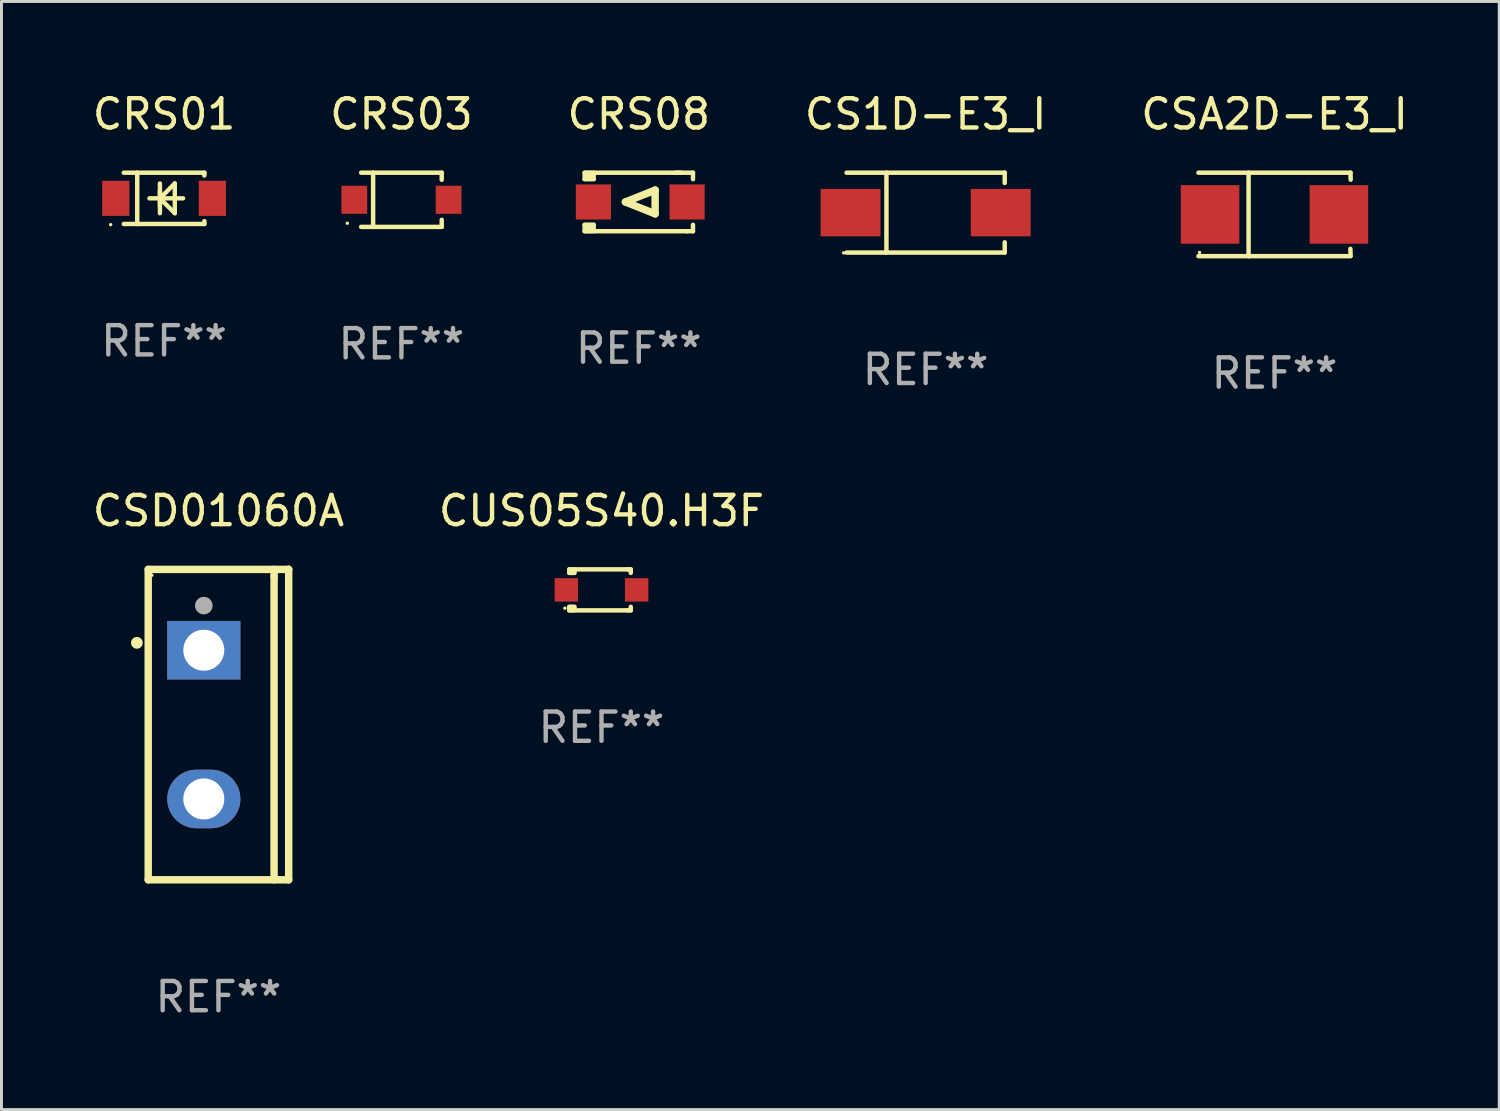
<source format=kicad_pcb>
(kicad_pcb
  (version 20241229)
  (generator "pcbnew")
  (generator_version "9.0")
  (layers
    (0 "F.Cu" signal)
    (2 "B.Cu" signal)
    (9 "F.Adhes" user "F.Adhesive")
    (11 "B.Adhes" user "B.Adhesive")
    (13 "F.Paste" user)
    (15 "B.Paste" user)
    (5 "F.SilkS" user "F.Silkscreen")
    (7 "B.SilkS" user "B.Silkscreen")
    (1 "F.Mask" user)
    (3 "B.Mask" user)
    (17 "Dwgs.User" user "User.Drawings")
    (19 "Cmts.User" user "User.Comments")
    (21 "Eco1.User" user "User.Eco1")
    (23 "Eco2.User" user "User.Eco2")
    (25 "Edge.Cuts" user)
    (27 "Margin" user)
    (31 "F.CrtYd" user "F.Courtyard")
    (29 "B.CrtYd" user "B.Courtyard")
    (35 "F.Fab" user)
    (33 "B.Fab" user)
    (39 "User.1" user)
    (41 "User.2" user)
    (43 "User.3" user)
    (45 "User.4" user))
  (footprint "CRS01"
    (layer "F.Cu")
    (at 2.554 3.724)
    (property "Reference" "CRS01" (at 0 -2.876 0) (layer "F.SilkS") (effects (font (size 1 1) (thickness 0.15))))
    (attr through_hole)
    (fp_line (start -1.376 -0.876) (end 1.376 -0.876) (stroke (width 0.152) (type solid)) (layer "F.SilkS"))
    (fp_line (start -1.376 0.876) (end 1.376 0.876) (stroke (width 0.152) (type solid)) (layer "F.SilkS"))
    (fp_line (start -0.917 -0.876) (end -0.917 0.876) (stroke (width 0.152) (type solid)) (layer "F.SilkS"))
    (fp_line (start -0.5 -0.000102) (end 0.65 -0.000102) (stroke (width 0.15) (type solid)) (layer "F.SilkS"))
    (fp_line (start -0.142 -0.508) (end -0.142 0.508) (stroke (width 0.15) (type solid)) (layer "F.SilkS"))
    (fp_line (start -0.142 -0.000102) (end 0.366 -0.508) (stroke (width 0.15) (type solid)) (layer "F.SilkS"))
    (fp_line (start -0.142 -0.000102) (end 0.366 0.508) (stroke (width 0.15) (type solid)) (layer "F.SilkS"))
    (fp_line (start -0.142 0.254) (end -0.142 -0.254) (stroke (width 0.15) (type solid)) (layer "F.SilkS"))
    (fp_line (start 0.366 0.508) (end 0.366 -0.508) (stroke (width 0.15) (type solid)) (layer "F.SilkS"))
    (fp_line (start 1.376 -0.876) (end 1.376 -0.78) (stroke (width 0.152) (type solid)) (layer "F.SilkS"))
    (fp_line (start 1.376 0.78) (end 1.376 0.876) (stroke (width 0.152) (type solid)) (layer "F.SilkS"))
    (fp_circle (center -1.825 0.9) (end -1.795 0.9) (stroke (width 0.06) (type solid)) (fill no) (layer "F.SilkS"))
    (fp_text user "REF**" (at 0 4.876 0) (layer "F.Fab") (effects (font (size 1 1) (thickness 0.15))))
    (pad "1" smd rect (at -1.65 -0.000102 180) (size 0.93 1.2) (layers "F.Cu" "F.Mask" "F.Paste"))
    (pad "2" smd rect (at 1.65 -0.000102 180) (size 0.93 1.2) (layers "F.Cu" "F.Mask" "F.Paste")))
  (footprint "CRS08"
    (layer "F.Cu")
    (at 18.768 3.848)
    (property "Reference" "CRS08" (at 0 -3 0) (layer "F.SilkS") (effects (font (size 1 1) (thickness 0.15))))
    (attr through_hole)
    (fp_line (start -1.85 -1) (end -1.85 -0.78) (stroke (width 0.152) (type solid)) (layer "F.SilkS"))
    (fp_line (start -1.85 0.78) (end -1.85 1) (stroke (width 0.152) (type solid)) (layer "F.SilkS"))
    (fp_line (start -1.85 1) (end 1.65 1) (stroke (width 0.152) (type solid)) (layer "F.SilkS"))
    (fp_line (start -1.741 -0.78) (end -1.741 -1) (stroke (width 0.152) (type solid)) (layer "F.SilkS"))
    (fp_line (start -1.741 1) (end -1.741 0.78) (stroke (width 0.152) (type solid)) (layer "F.SilkS"))
    (fp_line (start -1.641 -1) (end -1.641 -0.78) (stroke (width 0.152) (type solid)) (layer "F.SilkS"))
    (fp_line (start -1.641 0.78) (end -1.641 1) (stroke (width 0.152) (type solid)) (layer "F.SilkS"))
    (fp_line (start -1.541 -1) (end -1.541 -0.78) (stroke (width 0.152) (type solid)) (layer "F.SilkS"))
    (fp_line (start -1.541 -0.78) (end -1.85 -0.78) (stroke (width 0.152) (type solid)) (layer "F.SilkS"))
    (fp_line (start -1.541 0.78) (end -1.85 0.78) (stroke (width 0.152) (type solid)) (layer "F.SilkS"))
    (fp_line (start -1.541 0.78) (end -1.541 1) (stroke (width 0.152) (type solid)) (layer "F.SilkS"))
    (fp_line (start -0.458 0) (end 0.558 -0.406) (stroke (width 0.254) (type solid)) (layer "F.SilkS"))
    (fp_line (start 0.558 -0.406) (end 0.558 0.406) (stroke (width 0.254) (type solid)) (layer "F.SilkS"))
    (fp_line (start 0.558 0.406) (end -0.458 0) (stroke (width 0.254) (type solid)) (layer "F.SilkS"))
    (fp_line (start 1.45 -1) (end -1.85 -1) (stroke (width 0.152) (type solid)) (layer "F.SilkS"))
    (fp_line (start 1.65 1) (end 1.85 1) (stroke (width 0.152) (type solid)) (layer "F.SilkS"))
    (fp_line (start 1.85 -1) (end 1.25 -1) (stroke (width 0.152) (type solid)) (layer "F.SilkS"))
    (fp_line (start 1.85 -0.78) (end 1.85 -1) (stroke (width 0.152) (type solid)) (layer "F.SilkS"))
    (fp_line (start 1.85 1) (end 1.85 0.78) (stroke (width 0.152) (type solid)) (layer "F.SilkS"))
    (fp_circle (center -1.8 0.9) (end -1.77 0.9) (stroke (width 0.06) (type solid)) (fill no) (layer "F.SilkS"))
    (fp_text user "REF**" (at 0 5 0) (layer "F.Fab") (effects (font (size 1 1) (thickness 0.15))))
    (pad "1" smd rect (at -1.55 0.000051) (size 1.2 1.2) (layers "F.Cu" "F.Mask" "F.Paste"))
    (pad "2" smd rect (at 1.65 0.000051) (size 1.2 1.2) (layers "F.Cu" "F.Mask" "F.Paste")))
  (footprint "CS1D-E3_I"
    (layer "F.Cu")
    (at 28.565 4.212)
    (property "Reference" "CS1D-E3_I" (at 0 -3.364 0) (layer "F.SilkS") (effects (font (size 1 1) (thickness 0.15))))
    (attr through_hole)
    (fp_line (start -2.701 -1.364) (end 2.701 -1.364) (stroke (width 0.152) (type solid)) (layer "F.SilkS"))
    (fp_line (start -2.701 1.364) (end 2.701 1.364) (stroke (width 0.152) (type solid)) (layer "F.SilkS"))
    (fp_line (start -1.339 -1.364) (end -1.339 1.364) (stroke (width 0.152) (type solid)) (layer "F.SilkS"))
    (fp_line (start 2.701 -1.364) (end 2.701 -1.013) (stroke (width 0.152) (type solid)) (layer "F.SilkS"))
    (fp_line (start 2.701 1.364) (end 2.701 1.013) (stroke (width 0.152) (type solid)) (layer "F.SilkS"))
    (fp_circle (center -2.8 1.375) (end -2.77 1.375) (stroke (width 0.06) (type solid)) (fill no) (layer "F.SilkS"))
    (fp_text user "REF**" (at 0 5.364 0) (layer "F.Fab") (effects (font (size 1 1) (thickness 0.15))))
    (pad "1" smd rect (at -2.565 -0.000025) (size 2.046 1.62) (layers "F.Cu" "F.Mask" "F.Paste"))
    (pad "2" smd rect (at 2.565 -0.000025) (size 2.046 1.62) (layers "F.Cu" "F.Mask" "F.Paste")))
  (footprint "CSA2D-E3_I"
    (layer "F.Cu")
    (at 40.482 4.274)
    (property "Reference" "CSA2D-E3_I" (at 0 -3.426 0) (layer "F.SilkS") (effects (font (size 1 1) (thickness 0.15))))
    (attr through_hole)
    (fp_line (start -2.6 -1.426) (end 2.593 -1.426) (stroke (width 0.152) (type solid)) (layer "F.SilkS"))
    (fp_line (start -2.6 1.426) (end 2.593 1.426) (stroke (width 0.152) (type solid)) (layer "F.SilkS"))
    (fp_line (start -0.887 -1.426) (end -0.887 1.426) (stroke (width 0.152) (type solid)) (layer "F.SilkS"))
    (fp_line (start 2.59 1.176) (end 2.597 1.415) (stroke (width 0.152) (type solid)) (layer "F.SilkS"))
    (fp_line (start 2.593 -1.426) (end 2.6 -1.187) (stroke (width 0.152) (type solid)) (layer "F.SilkS"))
    (fp_circle (center -2.563 1.3) (end -2.533 1.3) (stroke (width 0.06) (type solid)) (fill no) (layer "F.SilkS"))
    (fp_text user "REF**" (at 0 5.426 0) (layer "F.Fab") (effects (font (size 1 1) (thickness 0.15))))
    (pad "1" smd rect (at -2.203 -0.000025 180) (size 2 2) (layers "F.Cu" "F.Mask" "F.Paste"))
    (pad "2" smd rect (at 2.197 -0.000025 180) (size 2 2) (layers "F.Cu" "F.Mask" "F.Paste")))
  (footprint "CRS03"
    (layer "F.Cu")
    (at 10.661 3.774)
    (property "Reference" "CRS03" (at 0 -2.926 0) (layer "F.SilkS") (effects (font (size 1 1) (thickness 0.15))))
    (attr through_hole)
    (fp_line (start -1.376 -0.926) (end 1.376 -0.926) (stroke (width 0.152) (type solid)) (layer "F.SilkS"))
    (fp_line (start -1.376 0.926) (end 1.376 0.926) (stroke (width 0.152) (type solid)) (layer "F.SilkS"))
    (fp_line (start -0.967 -0.926) (end -0.967 0.926) (stroke (width 0.152) (type solid)) (layer "F.SilkS"))
    (fp_line (start 1.376 -0.926) (end 1.376 -0.683) (stroke (width 0.152) (type solid)) (layer "F.SilkS"))
    (fp_line (start 1.376 0.926) (end 1.376 0.683) (stroke (width 0.152) (type solid)) (layer "F.SilkS"))
    (fp_circle (center -1.85 0.8) (end -1.82 0.8) (stroke (width 0.06) (type solid)) (fill no) (layer "F.SilkS"))
    (fp_text user "REF**" (at 0 4.926 0) (layer "F.Fab") (effects (font (size 1 1) (thickness 0.15))))
    (pad "1" smd rect (at -1.61 0) (size 0.88 0.96) (layers "F.Cu" "F.Mask" "F.Paste"))
    (pad "2" smd rect (at 1.61 0) (size 0.88 0.96) (layers "F.Cu" "F.Mask" "F.Paste")))
  (footprint "CUS05S40.H3F"
    (layer "F.Cu")
    (at 17.494 17.097)
    (property "Reference" "CUS05S40.H3F" (at 0 -2.7 0) (layer "F.SilkS") (effects (font (size 1 1) (thickness 0.15))))
    (attr through_hole)
    (fp_line (start -1.1 -0.7) (end -1.1 -0.58) (stroke (width 0.152) (type solid)) (layer "F.SilkS"))
    (fp_line (start -1.1 0.58) (end -1.1 0.7) (stroke (width 0.152) (type solid)) (layer "F.SilkS"))
    (fp_line (start -1.1 0.58) (end -0.927 0.58) (stroke (width 0.152) (type solid)) (layer "F.SilkS"))
    (fp_line (start -1.1 0.7) (end 0.9 0.7) (stroke (width 0.152) (type solid)) (layer "F.SilkS"))
    (fp_line (start -1.014 -0.58) (end -1.014 -0.7) (stroke (width 0.152) (type solid)) (layer "F.SilkS"))
    (fp_line (start -1.014 0.7) (end -1.014 0.58) (stroke (width 0.152) (type solid)) (layer "F.SilkS"))
    (fp_line (start -0.927 -0.7) (end -0.927 -0.58) (stroke (width 0.152) (type solid)) (layer "F.SilkS"))
    (fp_line (start -0.927 -0.58) (end -1.1 -0.58) (stroke (width 0.152) (type solid)) (layer "F.SilkS"))
    (fp_line (start -0.927 0.58) (end -0.927 0.7) (stroke (width 0.152) (type solid)) (layer "F.SilkS"))
    (fp_line (start 0.9 -0.7) (end -1.1 -0.7) (stroke (width 0.152) (type solid)) (layer "F.SilkS"))
    (fp_line (start 0.9 0.7) (end 1 0.7) (stroke (width 0.152) (type solid)) (layer "F.SilkS"))
    (fp_line (start 1 -0.7) (end 0.9 -0.7) (stroke (width 0.152) (type solid)) (layer "F.SilkS"))
    (fp_line (start 1 -0.58) (end 1 -0.7) (stroke (width 0.152) (type solid)) (layer "F.SilkS"))
    (fp_line (start 1 0.7) (end 1 0.58) (stroke (width 0.152) (type solid)) (layer "F.SilkS"))
    (fp_circle (center -1.25 0.625) (end -1.22 0.625) (stroke (width 0.06) (type solid)) (fill no) (layer "F.SilkS"))
    (fp_text user "REF**" (at 0 4.7 0) (layer "F.Fab") (effects (font (size 1 1) (thickness 0.15))))
    (pad "1" smd rect (at -1.2 0) (size 0.8 0.8) (layers "F.Cu" "F.Mask" "F.Paste"))
    (pad "2" smd rect (at 1.2 0) (size 0.8 0.8) (layers "F.Cu" "F.Mask" "F.Paste")))
  (footprint "CSD01060A"
    (layer "F.Cu")
    (at 4.411 21.698)
    (property "Reference" "CSD01060A" (at 0 -7.301 0) (layer "F.SilkS") (effects (font (size 1 1) (thickness 0.15))))
    (attr through_hole)
    (fp_line (start -2.399 -5.301) (end 2.394 -5.301) (stroke (width 0.254) (type solid)) (layer "F.SilkS"))
    (fp_line (start -2.399 5.301) (end -2.399 -5.301) (stroke (width 0.254) (type solid)) (layer "F.SilkS"))
    (fp_line (start 1.9 -5.061) (end 1.9 -5.3) (stroke (width 0.254) (type solid)) (layer "F.SilkS"))
    (fp_line (start 1.9 5.3) (end 1.9 -5.061) (stroke (width 0.254) (type solid)) (layer "F.SilkS"))
    (fp_line (start 2.394 -5.301) (end 2.399 -5.301) (stroke (width 0.254) (type solid)) (layer "F.SilkS"))
    (fp_line (start 2.399 -5.301) (end 2.399 5.301) (stroke (width 0.254) (type solid)) (layer "F.SilkS"))
    (fp_line (start 2.399 5.301) (end -2.399 5.301) (stroke (width 0.254) (type solid)) (layer "F.SilkS"))
    (fp_arc (start -2.786043 -2.791466) (mid -2.786047 -2.792736) (end -2.786043 -2.794006) (stroke (width 0.4) (type solid)) (layer "F.SilkS"))
    (fp_circle (center -2.275 -5.1) (end -2.245 -5.1) (stroke (width 0.06) (type solid)) (fill no) (layer "F.SilkS"))
    (fp_circle (center -0.5 -4.064) (end -0.35 -4.064) (stroke (width 0.3) (type solid)) (fill no) (layer "F.Fab"))
    (fp_text user "REF**" (at 0 9.301 0) (layer "F.Fab") (effects (font (size 1 1) (thickness 0.15))))
    (pad "1" thru_hole rect (at -0.5 -2.54 270) (size 2 2.5) (drill 1.4) (layers "*.Cu" "*.Mask"))
    (pad "3" thru_hole oval (at -0.5 2.54 270) (size 2 2.5) (drill 1.4) (layers "*.Cu" "*.Mask")))
  (gr_rect
    (start -3 -3)
    (end 48.155 34.847)
    (stroke (width 0.1) (type default))
    (fill no)
    (layer "Edge.Cuts")))
</source>
